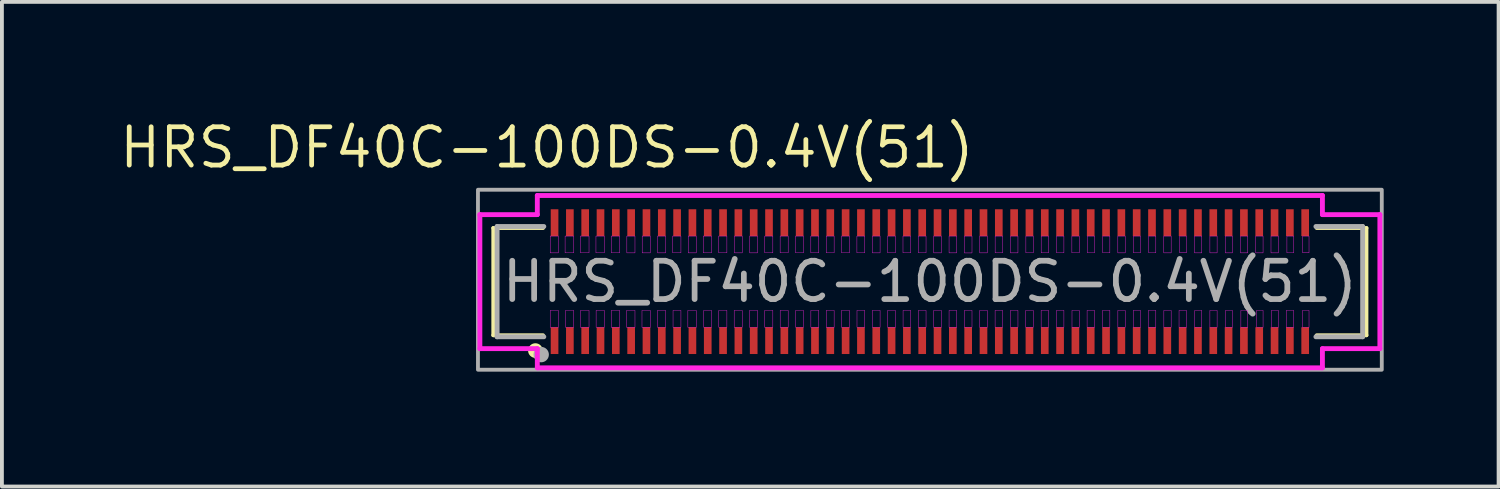
<source format=kicad_pcb>
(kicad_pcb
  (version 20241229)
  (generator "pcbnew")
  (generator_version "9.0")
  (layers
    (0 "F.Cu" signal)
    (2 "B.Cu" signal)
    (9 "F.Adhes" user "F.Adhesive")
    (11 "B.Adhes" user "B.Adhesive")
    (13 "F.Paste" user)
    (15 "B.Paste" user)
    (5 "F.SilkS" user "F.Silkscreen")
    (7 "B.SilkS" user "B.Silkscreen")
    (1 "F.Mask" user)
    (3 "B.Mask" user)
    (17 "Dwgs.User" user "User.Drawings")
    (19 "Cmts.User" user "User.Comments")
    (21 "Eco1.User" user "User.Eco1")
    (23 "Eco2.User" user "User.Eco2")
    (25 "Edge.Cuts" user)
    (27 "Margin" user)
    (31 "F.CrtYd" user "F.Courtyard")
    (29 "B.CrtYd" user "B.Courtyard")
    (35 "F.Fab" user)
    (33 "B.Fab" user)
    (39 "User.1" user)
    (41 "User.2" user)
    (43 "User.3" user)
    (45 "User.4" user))
  (footprint "HRS_DF40C-100DS-0.4V(51)"
    (layer "F.Cu")
    (at 21.23 4.304)
    (property "Reference" "HRS_DF40C-100DS-0.4V(51)" (at -10 -3.5 180) (layer "F.SilkS") (effects (font (size 1 1) (thickness 0.125))))
    (attr smd)
    (fp_line (start -11.4 -1.4) (end -10.1 -1.4) (stroke (width 0.1) (type solid)) (layer "F.SilkS"))
    (fp_line (start -11.4 1.4) (end -11.4 -1.4) (stroke (width 0.1) (type solid)) (layer "F.SilkS"))
    (fp_line (start -10.1 1.4) (end -11.4 1.4) (stroke (width 0.1) (type solid)) (layer "F.SilkS"))
    (fp_line (start 10.1 -1.4) (end 11.4 -1.4) (stroke (width 0.1) (type solid)) (layer "F.SilkS"))
    (fp_line (start 11.4 -1.4) (end 11.4 1.4) (stroke (width 0.1) (type solid)) (layer "F.SilkS"))
    (fp_line (start 11.4 1.4) (end 10.1 1.4) (stroke (width 0.1) (type solid)) (layer "F.SilkS"))
    (fp_circle (center -10.3 1.8) (end -10.2 1.9) (stroke (width 0.1) (type solid)) (fill yes) (layer "F.SilkS"))
    (fp_line (start -11.75 -1.75) (end -11.75 1.75) (stroke (width 0.127) (type solid)) (layer "F.CrtYd"))
    (fp_line (start -11.75 1.75) (end -10.25 1.75) (stroke (width 0.127) (type solid)) (layer "F.CrtYd"))
    (fp_line (start -10.25 -2.25) (end -10.25 -1.75) (stroke (width 0.127) (type solid)) (layer "F.CrtYd"))
    (fp_line (start -10.25 -1.75) (end -11.75 -1.75) (stroke (width 0.127) (type solid)) (layer "F.CrtYd"))
    (fp_line (start -10.25 1.75) (end -10.25 2.25) (stroke (width 0.127) (type solid)) (layer "F.CrtYd"))
    (fp_line (start -10.25 2.25) (end 10.25 2.25) (stroke (width 0.127) (type solid)) (layer "F.CrtYd"))
    (fp_line (start 10.25 -2.25) (end -10.25 -2.25) (stroke (width 0.127) (type solid)) (layer "F.CrtYd"))
    (fp_line (start 10.25 -1.75) (end 10.25 -2.25) (stroke (width 0.127) (type solid)) (layer "F.CrtYd"))
    (fp_line (start 10.25 1.75) (end 11.75 1.75) (stroke (width 0.127) (type solid)) (layer "F.CrtYd"))
    (fp_line (start 10.25 2.25) (end 10.25 1.75) (stroke (width 0.127) (type solid)) (layer "F.CrtYd"))
    (fp_line (start 11.75 -1.75) (end 10.25 -1.75) (stroke (width 0.127) (type solid)) (layer "F.CrtYd"))
    (fp_line (start 11.75 1.75) (end 11.75 -1.75) (stroke (width 0.127) (type solid)) (layer "F.CrtYd"))
    (fp_poly (pts (xy -9.914 -1.19) (xy -9.7 -1.19) (xy -9.7 -0.751) (xy -9.914 -0.751)) (stroke (width 0.01) (type solid)) (fill no) (layer "F.CrtYd"))
    (fp_poly (pts (xy -9.914 0.75) (xy -9.7 0.75) (xy -9.7 1.192) (xy -9.914 1.192)) (stroke (width 0.01) (type solid)) (fill no) (layer "F.CrtYd"))
    (fp_poly (pts (xy -9.525 -1.19) (xy -9.3 -1.19) (xy -9.3 -0.752) (xy -9.525 -0.752)) (stroke (width 0.01) (type solid)) (fill no) (layer "F.CrtYd"))
    (fp_poly (pts (xy -9.514 0.75) (xy -9.3 0.75) (xy -9.3 1.192) (xy -9.514 1.192)) (stroke (width 0.01) (type solid)) (fill no) (layer "F.CrtYd"))
    (fp_poly (pts (xy -9.124 -1.19) (xy -8.9 -1.19) (xy -8.9 -0.752) (xy -9.124 -0.752)) (stroke (width 0.01) (type solid)) (fill no) (layer "F.CrtYd"))
    (fp_poly (pts (xy -9.122 0.75) (xy -8.9 0.75) (xy -8.9 1.193) (xy -9.122 1.193)) (stroke (width 0.01) (type solid)) (fill no) (layer "F.CrtYd"))
    (fp_poly (pts (xy -8.719 -1.19) (xy -8.5 -1.19) (xy -8.5 -0.752) (xy -8.719 -0.752)) (stroke (width 0.01) (type solid)) (fill no) (layer "F.CrtYd"))
    (fp_poly (pts (xy -8.715 0.75) (xy -8.5 0.75) (xy -8.5 1.192) (xy -8.715 1.192)) (stroke (width 0.01) (type solid)) (fill no) (layer "F.CrtYd"))
    (fp_poly (pts (xy -8.319 0.75) (xy -8.1 0.75) (xy -8.1 1.193) (xy -8.319 1.193)) (stroke (width 0.01) (type solid)) (fill no) (layer "F.CrtYd"))
    (fp_poly (pts (xy -8.318 -1.19) (xy -8.1 -1.19) (xy -8.1 -0.752) (xy -8.318 -0.752)) (stroke (width 0.01) (type solid)) (fill no) (layer "F.CrtYd"))
    (fp_poly (pts (xy -7.919 0.75) (xy -7.7 0.75) (xy -7.7 1.193) (xy -7.919 1.193)) (stroke (width 0.01) (type solid)) (fill no) (layer "F.CrtYd"))
    (fp_poly (pts (xy -7.912 -1.19) (xy -7.7 -1.19) (xy -7.7 -0.751) (xy -7.912 -0.751)) (stroke (width 0.01) (type solid)) (fill no) (layer "F.CrtYd"))
    (fp_poly (pts (xy -7.517 0.75) (xy -7.3 0.75) (xy -7.3 1.193) (xy -7.517 1.193)) (stroke (width 0.01) (type solid)) (fill no) (layer "F.CrtYd"))
    (fp_poly (pts (xy -7.512 -1.19) (xy -7.3 -1.19) (xy -7.3 -0.751) (xy -7.512 -0.751)) (stroke (width 0.01) (type solid)) (fill no) (layer "F.CrtYd"))
    (fp_poly (pts (xy -7.114 0.75) (xy -6.9 0.75) (xy -6.9 1.192) (xy -7.114 1.192)) (stroke (width 0.01) (type solid)) (fill no) (layer "F.CrtYd"))
    (fp_poly (pts (xy -7.11 -1.19) (xy -6.9 -1.19) (xy -6.9 -0.751) (xy -7.11 -0.751)) (stroke (width 0.01) (type solid)) (fill no) (layer "F.CrtYd"))
    (fp_poly (pts (xy -6.715 -1.19) (xy -6.5 -1.19) (xy -6.5 -0.752) (xy -6.715 -0.752)) (stroke (width 0.01) (type solid)) (fill no) (layer "F.CrtYd"))
    (fp_poly (pts (xy -6.706 0.75) (xy -6.5 0.75) (xy -6.5 1.191) (xy -6.706 1.191)) (stroke (width 0.01) (type solid)) (fill no) (layer "F.CrtYd"))
    (fp_poly (pts (xy -6.319 0.75) (xy -6.1 0.75) (xy -6.1 1.194) (xy -6.319 1.194)) (stroke (width 0.01) (type solid)) (fill no) (layer "F.CrtYd"))
    (fp_poly (pts (xy -6.31 -1.19) (xy -6.1 -1.19) (xy -6.1 -0.751) (xy -6.31 -0.751)) (stroke (width 0.01) (type solid)) (fill no) (layer "F.CrtYd"))
    (fp_poly (pts (xy -5.918 -1.19) (xy -5.7 -1.19) (xy -5.7 -0.752) (xy -5.918 -0.752)) (stroke (width 0.01) (type solid)) (fill no) (layer "F.CrtYd"))
    (fp_poly (pts (xy -5.905 0.75) (xy -5.7 0.75) (xy -5.7 1.191) (xy -5.905 1.191)) (stroke (width 0.01) (type solid)) (fill no) (layer "F.CrtYd"))
    (fp_poly (pts (xy -5.513 -1.19) (xy -5.3 -1.19) (xy -5.3 -0.752) (xy -5.513 -0.752)) (stroke (width 0.01) (type solid)) (fill no) (layer "F.CrtYd"))
    (fp_poly (pts (xy -5.511 0.75) (xy -5.3 0.75) (xy -5.3 1.192) (xy -5.511 1.192)) (stroke (width 0.01) (type solid)) (fill no) (layer "F.CrtYd"))
    (fp_poly (pts (xy -5.11 0.75) (xy -4.9 0.75) (xy -4.9 1.192) (xy -5.11 1.192)) (stroke (width 0.01) (type solid)) (fill no) (layer "F.CrtYd"))
    (fp_poly (pts (xy -5.105 -1.19) (xy -4.9 -1.19) (xy -4.9 -0.751) (xy -5.105 -0.751)) (stroke (width 0.01) (type solid)) (fill no) (layer "F.CrtYd"))
    (fp_poly (pts (xy -4.709 0.75) (xy -4.5 0.75) (xy -4.5 1.192) (xy -4.709 1.192)) (stroke (width 0.01) (type solid)) (fill no) (layer "F.CrtYd"))
    (fp_poly (pts (xy -4.705 -1.19) (xy -4.5 -1.19) (xy -4.5 -0.751) (xy -4.705 -0.751)) (stroke (width 0.01) (type solid)) (fill no) (layer "F.CrtYd"))
    (fp_poly (pts (xy -4.313 0.75) (xy -4.1 0.75) (xy -4.1 1.194) (xy -4.313 1.194)) (stroke (width 0.01) (type solid)) (fill no) (layer "F.CrtYd"))
    (fp_poly (pts (xy -4.31 -1.19) (xy -4.1 -1.19) (xy -4.1 -0.752) (xy -4.31 -0.752)) (stroke (width 0.01) (type solid)) (fill no) (layer "F.CrtYd"))
    (fp_poly (pts (xy -3.91 -1.19) (xy -3.7 -1.19) (xy -3.7 -0.752) (xy -3.91 -0.752)) (stroke (width 0.01) (type solid)) (fill no) (layer "F.CrtYd"))
    (fp_poly (pts (xy -3.909 0.75) (xy -3.7 0.75) (xy -3.7 1.193) (xy -3.909 1.193)) (stroke (width 0.01) (type solid)) (fill no) (layer "F.CrtYd"))
    (fp_poly (pts (xy -3.508 -1.19) (xy -3.3 -1.19) (xy -3.3 -0.752) (xy -3.508 -0.752)) (stroke (width 0.01) (type solid)) (fill no) (layer "F.CrtYd"))
    (fp_poly (pts (xy -3.505 0.75) (xy -3.3 0.75) (xy -3.3 1.192) (xy -3.505 1.192)) (stroke (width 0.01) (type solid)) (fill no) (layer "F.CrtYd"))
    (fp_poly (pts (xy -3.108 -1.19) (xy -2.9 -1.19) (xy -2.9 -0.752) (xy -3.108 -0.752)) (stroke (width 0.01) (type solid)) (fill no) (layer "F.CrtYd"))
    (fp_poly (pts (xy -3.107 0.75) (xy -2.9 0.75) (xy -2.9 1.193) (xy -3.107 1.193)) (stroke (width 0.01) (type solid)) (fill no) (layer "F.CrtYd"))
    (fp_poly (pts (xy -2.706 0.75) (xy -2.5 0.75) (xy -2.5 1.193) (xy -2.706 1.193)) (stroke (width 0.01) (type solid)) (fill no) (layer "F.CrtYd"))
    (fp_poly (pts (xy -2.706 -1.19) (xy -2.5 -1.19) (xy -2.5 -0.752) (xy -2.706 -0.752)) (stroke (width 0.01) (type solid)) (fill no) (layer "F.CrtYd"))
    (fp_poly (pts (xy -2.307 0.75) (xy -2.1 0.75) (xy -2.1 1.194) (xy -2.307 1.194)) (stroke (width 0.01) (type solid)) (fill no) (layer "F.CrtYd"))
    (fp_poly (pts (xy -2.306 -1.19) (xy -2.1 -1.19) (xy -2.1 -0.752) (xy -2.306 -0.752)) (stroke (width 0.01) (type solid)) (fill no) (layer "F.CrtYd"))
    (fp_poly (pts (xy -1.905 -1.19) (xy -1.7 -1.19) (xy -1.7 -0.752) (xy -1.905 -0.752)) (stroke (width 0.01) (type solid)) (fill no) (layer "F.CrtYd"))
    (fp_poly (pts (xy -1.903 0.75) (xy -1.7 0.75) (xy -1.7 1.192) (xy -1.903 1.192)) (stroke (width 0.01) (type solid)) (fill no) (layer "F.CrtYd"))
    (fp_poly (pts (xy -1.503 0.75) (xy -1.3 0.75) (xy -1.3 1.192) (xy -1.503 1.192)) (stroke (width 0.01) (type solid)) (fill no) (layer "F.CrtYd"))
    (fp_poly (pts (xy -1.502 -1.19) (xy -1.3 -1.19) (xy -1.3 -0.751) (xy -1.502 -0.751)) (stroke (width 0.01) (type solid)) (fill no) (layer "F.CrtYd"))
    (fp_poly (pts (xy -1.103 -1.19) (xy -0.9 -1.19) (xy -0.9 -0.752) (xy -1.103 -0.752)) (stroke (width 0.01) (type solid)) (fill no) (layer "F.CrtYd"))
    (fp_poly (pts (xy -1.103 0.75) (xy -0.9 0.75) (xy -0.9 1.193) (xy -1.103 1.193)) (stroke (width 0.01) (type solid)) (fill no) (layer "F.CrtYd"))
    (fp_poly (pts (xy -0.702 -1.19) (xy -0.5 -1.19) (xy -0.5 -0.752) (xy -0.702 -0.752)) (stroke (width 0.01) (type solid)) (fill no) (layer "F.CrtYd"))
    (fp_poly (pts (xy -0.7 0.75) (xy -0.5 0.75) (xy -0.5 1.19) (xy -0.7 1.19)) (stroke (width 0.01) (type solid)) (fill no) (layer "F.CrtYd"))
    (fp_poly (pts (xy -0.301 -1.19) (xy -0.1 -1.19) (xy -0.1 -0.752) (xy -0.301 -0.752)) (stroke (width 0.01) (type solid)) (fill no) (layer "F.CrtYd"))
    (fp_poly (pts (xy -0.3 0.75) (xy -0.1 0.75) (xy -0.1 1.191) (xy -0.3 1.191)) (stroke (width 0.01) (type solid)) (fill no) (layer "F.CrtYd"))
    (fp_poly (pts (xy 0.1 -1.19) (xy 0.3 -1.19) (xy 0.3 -0.751) (xy 0.1 -0.751)) (stroke (width 0.01) (type solid)) (fill no) (layer "F.CrtYd"))
    (fp_poly (pts (xy 0.1 0.75) (xy 0.3 0.75) (xy 0.3 1.193) (xy 0.1 1.193)) (stroke (width 0.01) (type solid)) (fill no) (layer "F.CrtYd"))
    (fp_poly (pts (xy 0.501 -1.19) (xy 0.7 -1.19) (xy 0.7 -0.751) (xy 0.501 -0.751)) (stroke (width 0.01) (type solid)) (fill no) (layer "F.CrtYd"))
    (fp_poly (pts (xy 0.501 0.75) (xy 0.7 0.75) (xy 0.7 1.193) (xy 0.501 1.193)) (stroke (width 0.01) (type solid)) (fill no) (layer "F.CrtYd"))
    (fp_poly (pts (xy 0.9 -1.19) (xy 1.1 -1.19) (xy 1.1 -0.75) (xy 0.9 -0.75)) (stroke (width 0.01) (type solid)) (fill no) (layer "F.CrtYd"))
    (fp_poly (pts (xy 0.901 0.75) (xy 1.1 0.75) (xy 1.1 1.191) (xy 0.901 1.191)) (stroke (width 0.01) (type solid)) (fill no) (layer "F.CrtYd"))
    (fp_poly (pts (xy 1.301 -1.19) (xy 1.5 -1.19) (xy 1.5 -0.751) (xy 1.301 -0.751)) (stroke (width 0.01) (type solid)) (fill no) (layer "F.CrtYd"))
    (fp_poly (pts (xy 1.301 0.75) (xy 1.5 0.75) (xy 1.5 1.191) (xy 1.301 1.191)) (stroke (width 0.01) (type solid)) (fill no) (layer "F.CrtYd"))
    (fp_poly (pts (xy 1.703 0.75) (xy 1.9 0.75) (xy 1.9 1.192) (xy 1.703 1.192)) (stroke (width 0.01) (type solid)) (fill no) (layer "F.CrtYd"))
    (fp_poly (pts (xy 1.704 -1.19) (xy 1.9 -1.19) (xy 1.9 -0.752) (xy 1.704 -0.752)) (stroke (width 0.01) (type solid)) (fill no) (layer "F.CrtYd"))
    (fp_poly (pts (xy 2.103 -1.19) (xy 2.3 -1.19) (xy 2.3 -0.751) (xy 2.103 -0.751)) (stroke (width 0.01) (type solid)) (fill no) (layer "F.CrtYd"))
    (fp_poly (pts (xy 2.104 0.75) (xy 2.3 0.75) (xy 2.3 1.192) (xy 2.104 1.192)) (stroke (width 0.01) (type solid)) (fill no) (layer "F.CrtYd"))
    (fp_poly (pts (xy 2.503 0.75) (xy 2.7 0.75) (xy 2.7 1.191) (xy 2.503 1.191)) (stroke (width 0.01) (type solid)) (fill no) (layer "F.CrtYd"))
    (fp_poly (pts (xy 2.507 -1.19) (xy 2.7 -1.19) (xy 2.7 -0.752) (xy 2.507 -0.752)) (stroke (width 0.01) (type solid)) (fill no) (layer "F.CrtYd"))
    (fp_poly (pts (xy 2.905 0.75) (xy 3.1 0.75) (xy 3.1 1.192) (xy 2.905 1.192)) (stroke (width 0.01) (type solid)) (fill no) (layer "F.CrtYd"))
    (fp_poly (pts (xy 2.906 -1.19) (xy 3.1 -1.19) (xy 3.1 -0.752) (xy 2.906 -0.752)) (stroke (width 0.01) (type solid)) (fill no) (layer "F.CrtYd"))
    (fp_poly (pts (xy 3.306 0.75) (xy 3.5 0.75) (xy 3.5 1.192) (xy 3.306 1.192)) (stroke (width 0.01) (type solid)) (fill no) (layer "F.CrtYd"))
    (fp_poly (pts (xy 3.307 -1.19) (xy 3.5 -1.19) (xy 3.5 -0.752) (xy 3.307 -0.752)) (stroke (width 0.01) (type solid)) (fill no) (layer "F.CrtYd"))
    (fp_poly (pts (xy 3.708 -1.19) (xy 3.9 -1.19) (xy 3.9 -0.752) (xy 3.708 -0.752)) (stroke (width 0.01) (type solid)) (fill no) (layer "F.CrtYd"))
    (fp_poly (pts (xy 3.711 0.75) (xy 3.9 0.75) (xy 3.9 1.193) (xy 3.711 1.193)) (stroke (width 0.01) (type solid)) (fill no) (layer "F.CrtYd"))
    (fp_poly (pts (xy 4.105 0.75) (xy 4.3 0.75) (xy 4.3 1.191) (xy 4.105 1.191)) (stroke (width 0.01) (type solid)) (fill no) (layer "F.CrtYd"))
    (fp_poly (pts (xy 4.112 -1.19) (xy 4.3 -1.19) (xy 4.3 -0.752) (xy 4.112 -0.752)) (stroke (width 0.01) (type solid)) (fill no) (layer "F.CrtYd"))
    (fp_poly (pts (xy 4.508 0.75) (xy 4.7 0.75) (xy 4.7 1.192) (xy 4.508 1.192)) (stroke (width 0.01) (type solid)) (fill no) (layer "F.CrtYd"))
    (fp_poly (pts (xy 4.514 -1.19) (xy 4.7 -1.19) (xy 4.7 -0.752) (xy 4.514 -0.752)) (stroke (width 0.01) (type solid)) (fill no) (layer "F.CrtYd"))
    (fp_poly (pts (xy 4.908 -1.19) (xy 5.1 -1.19) (xy 5.1 -0.751) (xy 4.908 -0.751)) (stroke (width 0.01) (type solid)) (fill no) (layer "F.CrtYd"))
    (fp_poly (pts (xy 4.909 0.75) (xy 5.1 0.75) (xy 5.1 1.192) (xy 4.909 1.192)) (stroke (width 0.01) (type solid)) (fill no) (layer "F.CrtYd"))
    (fp_poly (pts (xy 5.31 0.75) (xy 5.5 0.75) (xy 5.5 1.192) (xy 5.31 1.192)) (stroke (width 0.01) (type solid)) (fill no) (layer "F.CrtYd"))
    (fp_poly (pts (xy 5.315 -1.19) (xy 5.5 -1.19) (xy 5.5 -0.752) (xy 5.315 -0.752)) (stroke (width 0.01) (type solid)) (fill no) (layer "F.CrtYd"))
    (fp_poly (pts (xy 5.705 0.75) (xy 5.9 0.75) (xy 5.9 1.191) (xy 5.705 1.191)) (stroke (width 0.01) (type solid)) (fill no) (layer "F.CrtYd"))
    (fp_poly (pts (xy 5.714 -1.19) (xy 5.9 -1.19) (xy 5.9 -0.752) (xy 5.714 -0.752)) (stroke (width 0.01) (type solid)) (fill no) (layer "F.CrtYd"))
    (fp_poly (pts (xy 6.108 -1.19) (xy 6.3 -1.19) (xy 6.3 -0.751) (xy 6.108 -0.751)) (stroke (width 0.01) (type solid)) (fill no) (layer "F.CrtYd"))
    (fp_poly (pts (xy 6.11 0.75) (xy 6.3 0.75) (xy 6.3 1.192) (xy 6.11 1.192)) (stroke (width 0.01) (type solid)) (fill no) (layer "F.CrtYd"))
    (fp_poly (pts (xy 6.506 0.75) (xy 6.7 0.75) (xy 6.7 1.191) (xy 6.506 1.191)) (stroke (width 0.01) (type solid)) (fill no) (layer "F.CrtYd"))
    (fp_poly (pts (xy 6.522 -1.19) (xy 6.7 -1.19) (xy 6.7 -0.753) (xy 6.522 -0.753)) (stroke (width 0.01) (type solid)) (fill no) (layer "F.CrtYd"))
    (fp_poly (pts (xy 6.909 -1.19) (xy 7.1 -1.19) (xy 7.1 -0.751) (xy 6.909 -0.751)) (stroke (width 0.01) (type solid)) (fill no) (layer "F.CrtYd"))
    (fp_poly (pts (xy 6.917 0.75) (xy 7.1 0.75) (xy 7.1 1.193) (xy 6.917 1.193)) (stroke (width 0.01) (type solid)) (fill no) (layer "F.CrtYd"))
    (fp_poly (pts (xy 7.312 -1.19) (xy 7.5 -1.19) (xy 7.5 -0.751) (xy 7.312 -0.751)) (stroke (width 0.01) (type solid)) (fill no) (layer "F.CrtYd"))
    (fp_poly (pts (xy 7.312 0.75) (xy 7.5 0.75) (xy 7.5 1.192) (xy 7.312 1.192)) (stroke (width 0.01) (type solid)) (fill no) (layer "F.CrtYd"))
    (fp_poly (pts (xy 7.714 -1.19) (xy 7.9 -1.19) (xy 7.9 -0.751) (xy 7.714 -0.751)) (stroke (width 0.01) (type solid)) (fill no) (layer "F.CrtYd"))
    (fp_poly (pts (xy 7.719 0.75) (xy 7.9 0.75) (xy 7.9 1.193) (xy 7.719 1.193)) (stroke (width 0.01) (type solid)) (fill no) (layer "F.CrtYd"))
    (fp_poly (pts (xy 8.11 -1.19) (xy 8.3 -1.19) (xy 8.3 -0.751) (xy 8.11 -0.751)) (stroke (width 0.01) (type solid)) (fill no) (layer "F.CrtYd"))
    (fp_poly (pts (xy 8.121 0.75) (xy 8.3 0.75) (xy 8.3 1.193) (xy 8.121 1.193)) (stroke (width 0.01) (type solid)) (fill no) (layer "F.CrtYd"))
    (fp_poly (pts (xy 8.508 -1.19) (xy 8.7 -1.19) (xy 8.7 -0.751) (xy 8.508 -0.751)) (stroke (width 0.01) (type solid)) (fill no) (layer "F.CrtYd"))
    (fp_poly (pts (xy 8.531 0.75) (xy 8.7 0.75) (xy 8.7 1.194) (xy 8.531 1.194)) (stroke (width 0.01) (type solid)) (fill no) (layer "F.CrtYd"))
    (fp_poly (pts (xy 8.907 -1.19) (xy 9.1 -1.19) (xy 9.1 -0.751) (xy 8.907 -0.751)) (stroke (width 0.01) (type solid)) (fill no) (layer "F.CrtYd"))
    (fp_poly (pts (xy 8.917 0.75) (xy 9.1 0.75) (xy 9.1 1.192) (xy 8.917 1.192)) (stroke (width 0.01) (type solid)) (fill no) (layer "F.CrtYd"))
    (fp_poly (pts (xy 9.305 0.75) (xy 9.5 0.75) (xy 9.5 1.191) (xy 9.305 1.191)) (stroke (width 0.01) (type solid)) (fill no) (layer "F.CrtYd"))
    (fp_poly (pts (xy 9.323 -1.19) (xy 9.5 -1.19) (xy 9.5 -0.752) (xy 9.323 -0.752)) (stroke (width 0.01) (type solid)) (fill no) (layer "F.CrtYd"))
    (fp_poly (pts (xy 9.73 0.75) (xy 9.9 0.75) (xy 9.9 1.194) (xy 9.73 1.194)) (stroke (width 0.01) (type solid)) (fill no) (layer "F.CrtYd"))
    (fp_poly (pts (xy 9.734 -1.19) (xy 9.9 -1.19) (xy 9.9 -0.753) (xy 9.734 -0.753)) (stroke (width 0.01) (type solid)) (fill no) (layer "F.CrtYd"))
    (fp_line (start -11.3 -1.44) (end -10.08 -1.44) (stroke (width 0.127) (type solid)) (layer "F.Fab"))
    (fp_line (start -11.3 1.44) (end -11.3 -1.44) (stroke (width 0.127) (type solid)) (layer "F.Fab"))
    (fp_line (start -10.16 1.905) (end -10.149 1.905) (stroke (width 0.25) (type solid)) (layer "F.Fab"))
    (fp_line (start -10.149 1.905) (end -10.149 1.911) (stroke (width 0.25) (type solid)) (layer "F.Fab"))
    (fp_line (start -10.08 1.44) (end -11.3 1.44) (stroke (width 0.127) (type solid)) (layer "F.Fab"))
    (fp_line (start 10.08 -1.44) (end 11.3 -1.44) (stroke (width 0.127) (type solid)) (layer "F.Fab"))
    (fp_line (start 11.3 -1.44) (end 11.3 1.44) (stroke (width 0.127) (type solid)) (layer "F.Fab"))
    (fp_line (start 11.3 1.44) (end 10.08 1.44) (stroke (width 0.127) (type solid)) (layer "F.Fab"))
    (fp_rect (start -11.8 -2.4) (end 11.8 2.3) (stroke (width 0.1) (type default)) (fill no) (layer "F.Fab"))
    (fp_circle (center -10.149 1.905) (end -10.3 1.9) (stroke (width 0.1) (type default)) (fill no) (layer "F.Fab"))
    (fp_text user "${REFERENCE}" (at 0 0 0) (unlocked yes) (layer "F.Fab") (effects (font (size 1 1) (thickness 0.15))))
    (pad "1" smd rect (at -9.8 1.54 180) (size 0.2 0.7) (layers "F.Cu" "F.Mask" "F.Paste"))
    (pad "2" smd rect (at -9.8 -1.54) (size 0.2 0.7) (layers "F.Cu" "F.Mask" "F.Paste"))
    (pad "3" smd rect (at -9.4 1.54 180) (size 0.2 0.7) (layers "F.Cu" "F.Mask" "F.Paste"))
    (pad "4" smd rect (at -9.4 -1.54) (size 0.2 0.7) (layers "F.Cu" "F.Mask" "F.Paste"))
    (pad "5" smd rect (at -9 1.54 180) (size 0.2 0.7) (layers "F.Cu" "F.Mask" "F.Paste"))
    (pad "6" smd rect (at -9 -1.54) (size 0.2 0.7) (layers "F.Cu" "F.Mask" "F.Paste"))
    (pad "7" smd rect (at -8.6 1.54 180) (size 0.2 0.7) (layers "F.Cu" "F.Mask" "F.Paste"))
    (pad "8" smd rect (at -8.6 -1.54) (size 0.2 0.7) (layers "F.Cu" "F.Mask" "F.Paste"))
    (pad "9" smd rect (at -8.2 1.54 180) (size 0.2 0.7) (layers "F.Cu" "F.Mask" "F.Paste"))
    (pad "10" smd rect (at -8.2 -1.54) (size 0.2 0.7) (layers "F.Cu" "F.Mask" "F.Paste"))
    (pad "11" smd rect (at -7.8 1.54 180) (size 0.2 0.7) (layers "F.Cu" "F.Mask" "F.Paste"))
    (pad "12" smd rect (at -7.8 -1.54) (size 0.2 0.7) (layers "F.Cu" "F.Mask" "F.Paste"))
    (pad "13" smd rect (at -7.4 1.54 180) (size 0.2 0.7) (layers "F.Cu" "F.Mask" "F.Paste"))
    (pad "14" smd rect (at -7.4 -1.54) (size 0.2 0.7) (layers "F.Cu" "F.Mask" "F.Paste"))
    (pad "15" smd rect (at -7 1.54 180) (size 0.2 0.7) (layers "F.Cu" "F.Mask" "F.Paste"))
    (pad "16" smd rect (at -7 -1.54) (size 0.2 0.7) (layers "F.Cu" "F.Mask" "F.Paste"))
    (pad "17" smd rect (at -6.6 1.54 180) (size 0.2 0.7) (layers "F.Cu" "F.Mask" "F.Paste"))
    (pad "18" smd rect (at -6.6 -1.54) (size 0.2 0.7) (layers "F.Cu" "F.Mask" "F.Paste"))
    (pad "19" smd rect (at -6.2 1.54 180) (size 0.2 0.7) (layers "F.Cu" "F.Mask" "F.Paste"))
    (pad "20" smd rect (at -6.2 -1.54) (size 0.2 0.7) (layers "F.Cu" "F.Mask" "F.Paste"))
    (pad "21" smd rect (at -5.8 1.54 180) (size 0.2 0.7) (layers "F.Cu" "F.Mask" "F.Paste"))
    (pad "22" smd rect (at -5.8 -1.54) (size 0.2 0.7) (layers "F.Cu" "F.Mask" "F.Paste"))
    (pad "23" smd rect (at -5.4 1.54 180) (size 0.2 0.7) (layers "F.Cu" "F.Mask" "F.Paste"))
    (pad "24" smd rect (at -5.4 -1.54) (size 0.2 0.7) (layers "F.Cu" "F.Mask" "F.Paste"))
    (pad "25" smd rect (at -5 1.54 180) (size 0.2 0.7) (layers "F.Cu" "F.Mask" "F.Paste"))
    (pad "26" smd rect (at -5 -1.54) (size 0.2 0.7) (layers "F.Cu" "F.Mask" "F.Paste"))
    (pad "27" smd rect (at -4.6 1.54 180) (size 0.2 0.7) (layers "F.Cu" "F.Mask" "F.Paste"))
    (pad "28" smd rect (at -4.6 -1.54) (size 0.2 0.7) (layers "F.Cu" "F.Mask" "F.Paste"))
    (pad "29" smd rect (at -4.2 1.54 180) (size 0.2 0.7) (layers "F.Cu" "F.Mask" "F.Paste"))
    (pad "30" smd rect (at -4.2 -1.54) (size 0.2 0.7) (layers "F.Cu" "F.Mask" "F.Paste"))
    (pad "31" smd rect (at -3.8 1.54 180) (size 0.2 0.7) (layers "F.Cu" "F.Mask" "F.Paste"))
    (pad "32" smd rect (at -3.8 -1.54) (size 0.2 0.7) (layers "F.Cu" "F.Mask" "F.Paste"))
    (pad "33" smd rect (at -3.4 1.54 180) (size 0.2 0.7) (layers "F.Cu" "F.Mask" "F.Paste"))
    (pad "34" smd rect (at -3.4 -1.54) (size 0.2 0.7) (layers "F.Cu" "F.Mask" "F.Paste"))
    (pad "35" smd rect (at -3 1.54 180) (size 0.2 0.7) (layers "F.Cu" "F.Mask" "F.Paste"))
    (pad "36" smd rect (at -3 -1.54) (size 0.2 0.7) (layers "F.Cu" "F.Mask" "F.Paste"))
    (pad "37" smd rect (at -2.6 1.54 180) (size 0.2 0.7) (layers "F.Cu" "F.Mask" "F.Paste"))
    (pad "38" smd rect (at -2.6 -1.54) (size 0.2 0.7) (layers "F.Cu" "F.Mask" "F.Paste"))
    (pad "39" smd rect (at -2.2 1.54 180) (size 0.2 0.7) (layers "F.Cu" "F.Mask" "F.Paste"))
    (pad "40" smd rect (at -2.2 -1.54) (size 0.2 0.7) (layers "F.Cu" "F.Mask" "F.Paste"))
    (pad "41" smd rect (at -1.8 1.54 180) (size 0.2 0.7) (layers "F.Cu" "F.Mask" "F.Paste"))
    (pad "42" smd rect (at -1.8 -1.54) (size 0.2 0.7) (layers "F.Cu" "F.Mask" "F.Paste"))
    (pad "43" smd rect (at -1.4 1.54 180) (size 0.2 0.7) (layers "F.Cu" "F.Mask" "F.Paste"))
    (pad "44" smd rect (at -1.4 -1.54) (size 0.2 0.7) (layers "F.Cu" "F.Mask" "F.Paste"))
    (pad "45" smd rect (at -1 1.54 180) (size 0.2 0.7) (layers "F.Cu" "F.Mask" "F.Paste"))
    (pad "46" smd rect (at -1 -1.54) (size 0.2 0.7) (layers "F.Cu" "F.Mask" "F.Paste"))
    (pad "47" smd rect (at -0.6 1.54 180) (size 0.2 0.7) (layers "F.Cu" "F.Mask" "F.Paste"))
    (pad "48" smd rect (at -0.6 -1.54) (size 0.2 0.7) (layers "F.Cu" "F.Mask" "F.Paste"))
    (pad "49" smd rect (at -0.2 1.54 180) (size 0.2 0.7) (layers "F.Cu" "F.Mask" "F.Paste"))
    (pad "50" smd rect (at -0.2 -1.54) (size 0.2 0.7) (layers "F.Cu" "F.Mask" "F.Paste"))
    (pad "51" smd rect (at 0.2 1.54 180) (size 0.2 0.7) (layers "F.Cu" "F.Mask" "F.Paste"))
    (pad "52" smd rect (at 0.2 -1.54) (size 0.2 0.7) (layers "F.Cu" "F.Mask" "F.Paste"))
    (pad "53" smd rect (at 0.6 1.54 180) (size 0.2 0.7) (layers "F.Cu" "F.Mask" "F.Paste"))
    (pad "54" smd rect (at 0.6 -1.54) (size 0.2 0.7) (layers "F.Cu" "F.Mask" "F.Paste"))
    (pad "55" smd rect (at 1 1.54 180) (size 0.2 0.7) (layers "F.Cu" "F.Mask" "F.Paste"))
    (pad "56" smd rect (at 1 -1.54) (size 0.2 0.7) (layers "F.Cu" "F.Mask" "F.Paste"))
    (pad "57" smd rect (at 1.4 1.54 180) (size 0.2 0.7) (layers "F.Cu" "F.Mask" "F.Paste"))
    (pad "58" smd rect (at 1.4 -1.54) (size 0.2 0.7) (layers "F.Cu" "F.Mask" "F.Paste"))
    (pad "59" smd rect (at 1.8 1.54 180) (size 0.2 0.7) (layers "F.Cu" "F.Mask" "F.Paste"))
    (pad "60" smd rect (at 1.8 -1.54) (size 0.2 0.7) (layers "F.Cu" "F.Mask" "F.Paste"))
    (pad "61" smd rect (at 2.2 1.54 180) (size 0.2 0.7) (layers "F.Cu" "F.Mask" "F.Paste"))
    (pad "62" smd rect (at 2.2 -1.54) (size 0.2 0.7) (layers "F.Cu" "F.Mask" "F.Paste"))
    (pad "63" smd rect (at 2.6 1.54 180) (size 0.2 0.7) (layers "F.Cu" "F.Mask" "F.Paste"))
    (pad "64" smd rect (at 2.6 -1.54) (size 0.2 0.7) (layers "F.Cu" "F.Mask" "F.Paste"))
    (pad "65" smd rect (at 3 1.54 180) (size 0.2 0.7) (layers "F.Cu" "F.Mask" "F.Paste"))
    (pad "66" smd rect (at 3 -1.54) (size 0.2 0.7) (layers "F.Cu" "F.Mask" "F.Paste"))
    (pad "67" smd rect (at 3.4 1.54 180) (size 0.2 0.7) (layers "F.Cu" "F.Mask" "F.Paste"))
    (pad "68" smd rect (at 3.4 -1.54) (size 0.2 0.7) (layers "F.Cu" "F.Mask" "F.Paste"))
    (pad "69" smd rect (at 3.8 1.54 180) (size 0.2 0.7) (layers "F.Cu" "F.Mask" "F.Paste"))
    (pad "70" smd rect (at 3.8 -1.54) (size 0.2 0.7) (layers "F.Cu" "F.Mask" "F.Paste"))
    (pad "71" smd rect (at 4.2 1.54 180) (size 0.2 0.7) (layers "F.Cu" "F.Mask" "F.Paste"))
    (pad "72" smd rect (at 4.2 -1.54) (size 0.2 0.7) (layers "F.Cu" "F.Mask" "F.Paste"))
    (pad "73" smd rect (at 4.6 1.54 180) (size 0.2 0.7) (layers "F.Cu" "F.Mask" "F.Paste"))
    (pad "74" smd rect (at 4.6 -1.54) (size 0.2 0.7) (layers "F.Cu" "F.Mask" "F.Paste"))
    (pad "75" smd rect (at 5 1.54 180) (size 0.2 0.7) (layers "F.Cu" "F.Mask" "F.Paste"))
    (pad "76" smd rect (at 5 -1.54) (size 0.2 0.7) (layers "F.Cu" "F.Mask" "F.Paste"))
    (pad "77" smd rect (at 5.4 1.54 180) (size 0.2 0.7) (layers "F.Cu" "F.Mask" "F.Paste"))
    (pad "78" smd rect (at 5.4 -1.54) (size 0.2 0.7) (layers "F.Cu" "F.Mask" "F.Paste"))
    (pad "79" smd rect (at 5.8 1.54 180) (size 0.2 0.7) (layers "F.Cu" "F.Mask" "F.Paste"))
    (pad "80" smd rect (at 5.8 -1.54) (size 0.2 0.7) (layers "F.Cu" "F.Mask" "F.Paste"))
    (pad "81" smd rect (at 6.2 1.54 180) (size 0.2 0.7) (layers "F.Cu" "F.Mask" "F.Paste"))
    (pad "82" smd rect (at 6.2 -1.54) (size 0.2 0.7) (layers "F.Cu" "F.Mask" "F.Paste"))
    (pad "83" smd rect (at 6.6 1.54 180) (size 0.2 0.7) (layers "F.Cu" "F.Mask" "F.Paste"))
    (pad "84" smd rect (at 6.6 -1.54) (size 0.2 0.7) (layers "F.Cu" "F.Mask" "F.Paste"))
    (pad "85" smd rect (at 7 1.54 180) (size 0.2 0.7) (layers "F.Cu" "F.Mask" "F.Paste"))
    (pad "86" smd rect (at 7 -1.54) (size 0.2 0.7) (layers "F.Cu" "F.Mask" "F.Paste"))
    (pad "87" smd rect (at 7.4 1.54 180) (size 0.2 0.7) (layers "F.Cu" "F.Mask" "F.Paste"))
    (pad "88" smd rect (at 7.4 -1.54) (size 0.2 0.7) (layers "F.Cu" "F.Mask" "F.Paste"))
    (pad "89" smd rect (at 7.8 1.54 180) (size 0.2 0.7) (layers "F.Cu" "F.Mask" "F.Paste"))
    (pad "90" smd rect (at 7.8 -1.54) (size 0.2 0.7) (layers "F.Cu" "F.Mask" "F.Paste"))
    (pad "91" smd rect (at 8.2 1.54 180) (size 0.2 0.7) (layers "F.Cu" "F.Mask" "F.Paste"))
    (pad "92" smd rect (at 8.2 -1.54) (size 0.2 0.7) (layers "F.Cu" "F.Mask" "F.Paste"))
    (pad "93" smd rect (at 8.6 1.54 180) (size 0.2 0.7) (layers "F.Cu" "F.Mask" "F.Paste"))
    (pad "94" smd rect (at 8.6 -1.54) (size 0.2 0.7) (layers "F.Cu" "F.Mask" "F.Paste"))
    (pad "95" smd rect (at 9 1.54 180) (size 0.2 0.7) (layers "F.Cu" "F.Mask" "F.Paste"))
    (pad "96" smd rect (at 9 -1.54) (size 0.2 0.7) (layers "F.Cu" "F.Mask" "F.Paste"))
    (pad "97" smd rect (at 9.4 1.54 180) (size 0.2 0.7) (layers "F.Cu" "F.Mask" "F.Paste"))
    (pad "98" smd rect (at 9.4 -1.54) (size 0.2 0.7) (layers "F.Cu" "F.Mask" "F.Paste"))
    (pad "99" smd rect (at 9.8 1.54 180) (size 0.2 0.7) (layers "F.Cu" "F.Mask" "F.Paste"))
    (pad "100" smd rect (at 9.8 -1.54) (size 0.2 0.7) (layers "F.Cu" "F.Mask" "F.Paste")))
  (gr_rect
    (start -3 -3)
    (end 36.08 9.654)
    (stroke (width 0.1) (type default))
    (fill no)
    (layer "Edge.Cuts")))
</source>
